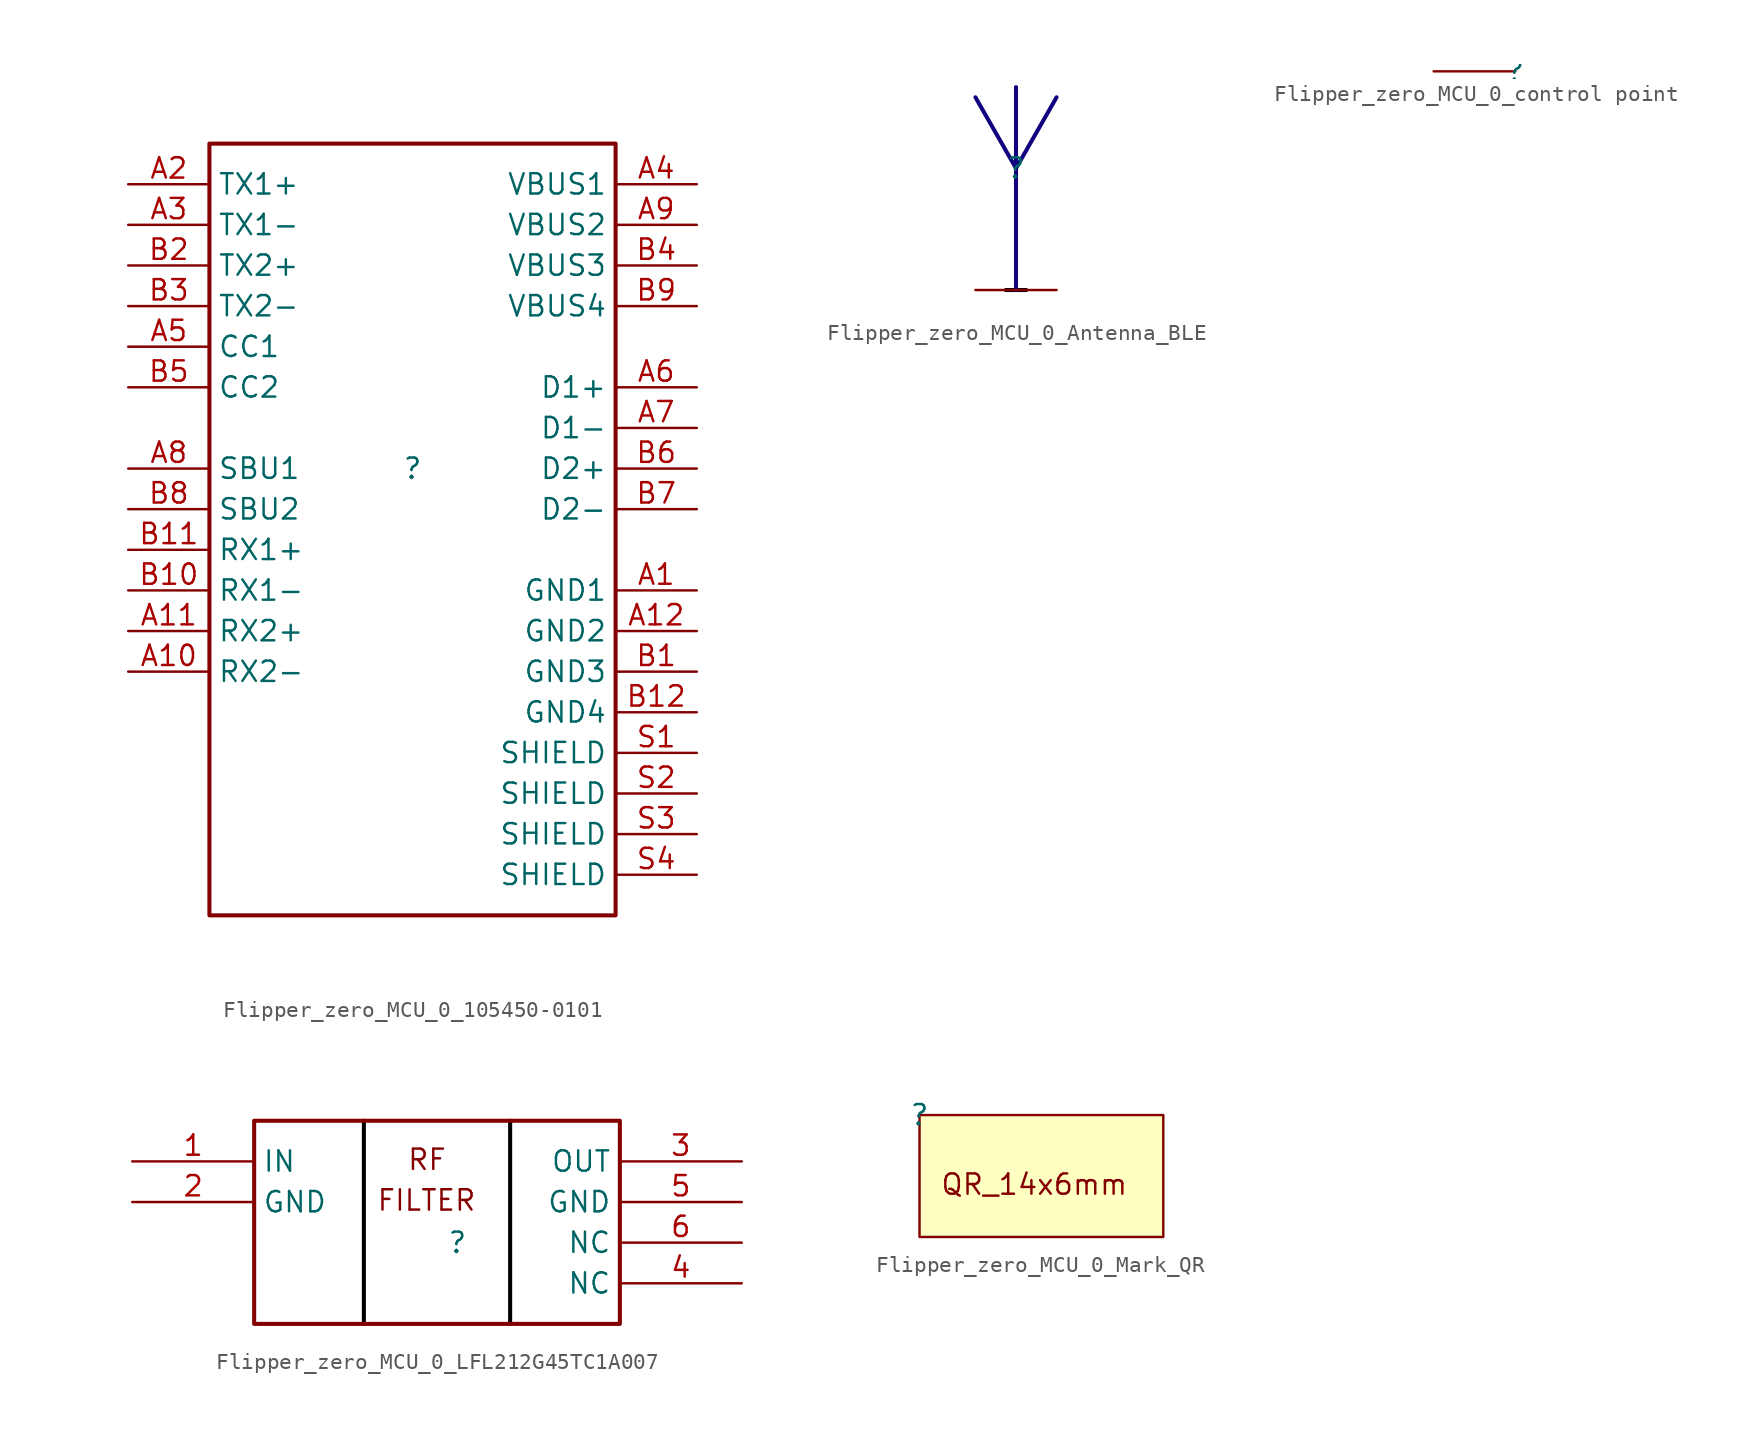
<source format=kicad_sym>
(kicad_symbol_lib
  (version 20220914)
  (generator kicad_symbol_editor)
  (symbol "Flipper_zero_MCU_0_105450-0101"
    (property "Reference" ""
      (at 0 0 0)
      (effects (font (size 1.27 1.27))))
    (property "Value" ""
      (at 0 0 0)
      (effects (font (size 1.27 1.27))))
    (symbol "Flipper_zero_MCU_0_105450-0101_1_0"
      (rectangle (start 12.7 20.32) (end -12.7 -27.94) (stroke (width 0.254) (type solid)) (fill (type none)))
      (pin passive line (at 17.78 -7.62 180) (length 5.08) (name "GND1" (effects (font (size 1.27 1.27)))) (number "A1" (effects (font (size 1.27 1.27)))))
      (pin passive line (at -17.78 -12.7 0) (length 5.08) (name "RX2-" (effects (font (size 1.27 1.27)))) (number "A10" (effects (font (size 1.27 1.27)))))
      (pin passive line (at -17.78 -10.16 0) (length 5.08) (name "RX2+" (effects (font (size 1.27 1.27)))) (number "A11" (effects (font (size 1.27 1.27)))))
      (pin passive line (at 17.78 -10.16 180) (length 5.08) (name "GND2" (effects (font (size 1.27 1.27)))) (number "A12" (effects (font (size 1.27 1.27)))))
      (pin passive line (at -17.78 17.78 0) (length 5.08) (name "TX1+" (effects (font (size 1.27 1.27)))) (number "A2" (effects (font (size 1.27 1.27)))))
      (pin passive line (at -17.78 15.24 0) (length 5.08) (name "TX1-" (effects (font (size 1.27 1.27)))) (number "A3" (effects (font (size 1.27 1.27)))))
      (pin power_in line (at 17.78 17.78 180) (length 5.08) (name "VBUS1" (effects (font (size 1.27 1.27)))) (number "A4" (effects (font (size 1.27 1.27)))))
      (pin passive line (at -17.78 7.62 0) (length 5.08) (name "CC1" (effects (font (size 1.27 1.27)))) (number "A5" (effects (font (size 1.27 1.27)))))
      (pin passive line (at 17.78 5.08 180) (length 5.08) (name "D1+" (effects (font (size 1.27 1.27)))) (number "A6" (effects (font (size 1.27 1.27)))))
      (pin passive line (at 17.78 2.54 180) (length 5.08) (name "D1-" (effects (font (size 1.27 1.27)))) (number "A7" (effects (font (size 1.27 1.27)))))
      (pin passive line (at -17.78 0 0) (length 5.08) (name "SBU1" (effects (font (size 1.27 1.27)))) (number "A8" (effects (font (size 1.27 1.27)))))
      (pin power_in line (at 17.78 15.24 180) (length 5.08) (name "VBUS2" (effects (font (size 1.27 1.27)))) (number "A9" (effects (font (size 1.27 1.27)))))
      (pin passive line (at 17.78 -12.7 180) (length 5.08) (name "GND3" (effects (font (size 1.27 1.27)))) (number "B1" (effects (font (size 1.27 1.27)))))
      (pin passive line (at -17.78 -7.62 0) (length 5.08) (name "RX1-" (effects (font (size 1.27 1.27)))) (number "B10" (effects (font (size 1.27 1.27)))))
      (pin passive line (at -17.78 -5.08 0) (length 5.08) (name "RX1+" (effects (font (size 1.27 1.27)))) (number "B11" (effects (font (size 1.27 1.27)))))
      (pin passive line (at 17.78 -15.24 180) (length 5.08) (name "GND4" (effects (font (size 1.27 1.27)))) (number "B12" (effects (font (size 1.27 1.27)))))
      (pin passive line (at -17.78 12.7 0) (length 5.08) (name "TX2+" (effects (font (size 1.27 1.27)))) (number "B2" (effects (font (size 1.27 1.27)))))
      (pin passive line (at -17.78 10.16 0) (length 5.08) (name "TX2-" (effects (font (size 1.27 1.27)))) (number "B3" (effects (font (size 1.27 1.27)))))
      (pin power_in line (at 17.78 12.7 180) (length 5.08) (name "VBUS3" (effects (font (size 1.27 1.27)))) (number "B4" (effects (font (size 1.27 1.27)))))
      (pin passive line (at -17.78 5.08 0) (length 5.08) (name "CC2" (effects (font (size 1.27 1.27)))) (number "B5" (effects (font (size 1.27 1.27)))))
      (pin passive line (at 17.78 0 180) (length 5.08) (name "D2+" (effects (font (size 1.27 1.27)))) (number "B6" (effects (font (size 1.27 1.27)))))
      (pin passive line (at 17.78 -2.54 180) (length 5.08) (name "D2-" (effects (font (size 1.27 1.27)))) (number "B7" (effects (font (size 1.27 1.27)))))
      (pin passive line (at -17.78 -2.54 0) (length 5.08) (name "SBU2" (effects (font (size 1.27 1.27)))) (number "B8" (effects (font (size 1.27 1.27)))))
      (pin power_in line (at 17.78 10.16 180) (length 5.08) (name "VBUS4" (effects (font (size 1.27 1.27)))) (number "B9" (effects (font (size 1.27 1.27)))))
      (pin passive line (at 17.78 -17.78 180) (length 5.08) (name "SHIELD" (effects (font (size 1.27 1.27)))) (number "S1" (effects (font (size 1.27 1.27)))))
      (pin passive line (at 17.78 -20.32 180) (length 5.08) (name "SHIELD" (effects (font (size 1.27 1.27)))) (number "S2" (effects (font (size 1.27 1.27)))))
      (pin passive line (at 17.78 -22.86 180) (length 5.08) (name "SHIELD" (effects (font (size 1.27 1.27)))) (number "S3" (effects (font (size 1.27 1.27)))))
      (pin passive line (at 17.78 -25.4 180) (length 5.08) (name "SHIELD" (effects (font (size 1.27 1.27)))) (number "S4" (effects (font (size 1.27 1.27)))))))
  (symbol "Flipper_zero_MCU_0_Antenna_BLE"
    (property "Reference" ""
      (at 0 0 0)
      (effects (font (size 1.27 1.27))))
    (property "Value" ""
      (at 0 0 0)
      (effects (font (size 1.27 1.27))))
    (symbol "Flipper_zero_MCU_0_Antenna_BLE_1_0"
      (polyline (pts (xy -0.635 -7.62) (xy 0.635 -7.62)) (stroke (width 0.254) (type solid) (color 0 0 0 1)) (fill (type none)))
      (polyline (pts (xy 0 0) (xy -2.54 4.445)) (stroke (width 0.254) (type solid) (color 17 3 127 1)) (fill (type none)))
      (polyline (pts (xy 0 0) (xy 0 -7.62)) (stroke (width 0.254) (type solid) (color 17 3 127 1)) (fill (type none)))
      (polyline (pts (xy 0 0) (xy 0 5.08)) (stroke (width 0.254) (type solid) (color 17 3 127 1)) (fill (type none)))
      (polyline (pts (xy 0 0) (xy 2.54 4.445)) (stroke (width 0.254) (type solid) (color 17 3 127 1)) (fill (type none)))
      (pin passive line (at -2.54 -7.62 0) (length 2.54) (name "1" (effects (font (size 0 0)))) (number "1" (effects (font (size 0 0)))))
      (pin passive line (at 2.54 -7.62 180) (length 2.54) (name "2" (effects (font (size 0 0)))) (number "2" (effects (font (size 0 0)))))))
  (symbol "Flipper_zero_MCU_0_control point"
    (property "Reference" ""
      (at 0 0 0)
      (effects (font (size 1.27 1.27))))
    (property "Value" ""
      (at 0 0 0)
      (effects (font (size 1.27 1.27))))
    (symbol "Flipper_zero_MCU_0_control point_1_0"
      (pin passive line (at -5.08 0 0) (length 5.08) (name "1" (effects (font (size 0 0)))) (number "1" (effects (font (size 0 0)))))))
  (symbol "Flipper_zero_MCU_0_LFL212G45TC1A007"
    (property "Reference" ""
      (at 0 0 0)
      (effects (font (size 1.27 1.27))))
    (property "Value" ""
      (at 0 0 0)
      (effects (font (size 1.27 1.27))))
    (symbol "Flipper_zero_MCU_0_LFL212G45TC1A007_1_0"
      (polyline (pts (xy -5.842 7.62) (xy -5.842 -5.08)) (stroke (width 0.254) (type solid) (color 0 0 0 1)) (fill (type none)))
      (polyline (pts (xy 3.302 7.62) (xy 3.302 -5.08)) (stroke (width 0.254) (type solid) (color 0 0 0 1)) (fill (type none)))
      (rectangle (start 10.16 7.62) (end -12.7 -5.08) (stroke (width 0.254) (type solid)) (fill (type none)))
      (text "FILTER" (at -5.08 1.905 0) (effects (font (size 1.27 1.27)) (justify left bottom)))
      (text "RF" (at -3.175 4.445 0) (effects (font (size 1.27 1.27)) (justify left bottom)))
      (pin passive line (at -20.32 5.08 0) (length 7.62) (name "IN" (effects (font (size 1.27 1.27)))) (number "1" (effects (font (size 1.27 1.27)))))
      (pin passive line (at -20.32 2.54 0) (length 7.62) (name "GND" (effects (font (size 1.27 1.27)))) (number "2" (effects (font (size 1.27 1.27)))))
      (pin passive line (at 17.78 5.08 180) (length 7.62) (name "OUT" (effects (font (size 1.27 1.27)))) (number "3" (effects (font (size 1.27 1.27)))))
      (pin passive line (at 17.78 -2.54 180) (length 7.62) (name "NC" (effects (font (size 1.27 1.27)))) (number "4" (effects (font (size 1.27 1.27)))))
      (pin passive line (at 17.78 2.54 180) (length 7.62) (name "GND" (effects (font (size 1.27 1.27)))) (number "5" (effects (font (size 1.27 1.27)))))
      (pin passive line (at 17.78 0 180) (length 7.62) (name "NC" (effects (font (size 1.27 1.27)))) (number "6" (effects (font (size 1.27 1.27)))))))
  (symbol "Flipper_zero_MCU_0_Mark_QR"
    (property "Reference" ""
      (at 0 0 0)
      (effects (font (size 1.27 1.27))))
    (property "Value" ""
      (at 0 0 0)
      (effects (font (size 1.27 1.27))))
    (symbol "Flipper_zero_MCU_0_Mark_QR_1_0"
      (rectangle (start 15.24 0) (end 0 -7.62) (stroke (width 0) (type solid)) (fill (type background)))
      (text "QR_14x6mm" (at 1.27 -5.08 0) (effects (font (size 1.27 1.27)) (justify left bottom))))))
</source>
